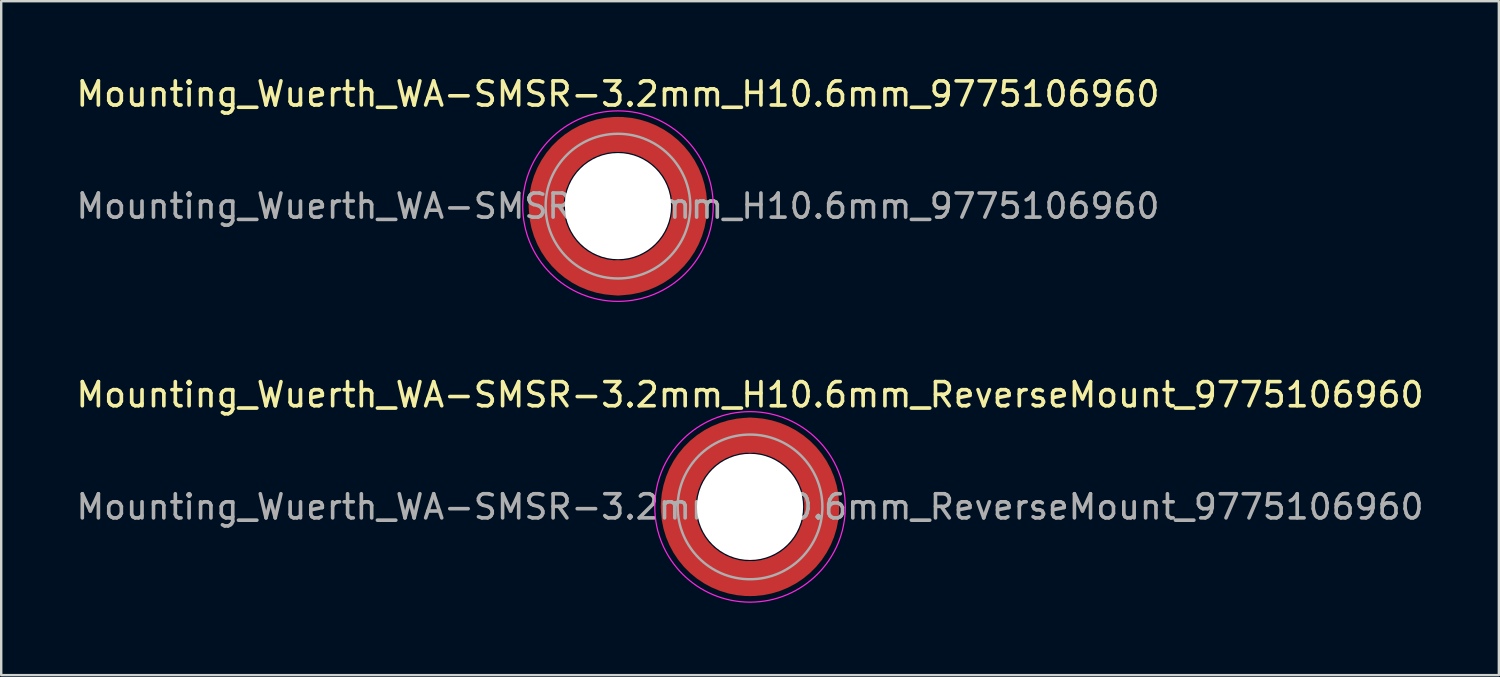
<source format=kicad_pcb>
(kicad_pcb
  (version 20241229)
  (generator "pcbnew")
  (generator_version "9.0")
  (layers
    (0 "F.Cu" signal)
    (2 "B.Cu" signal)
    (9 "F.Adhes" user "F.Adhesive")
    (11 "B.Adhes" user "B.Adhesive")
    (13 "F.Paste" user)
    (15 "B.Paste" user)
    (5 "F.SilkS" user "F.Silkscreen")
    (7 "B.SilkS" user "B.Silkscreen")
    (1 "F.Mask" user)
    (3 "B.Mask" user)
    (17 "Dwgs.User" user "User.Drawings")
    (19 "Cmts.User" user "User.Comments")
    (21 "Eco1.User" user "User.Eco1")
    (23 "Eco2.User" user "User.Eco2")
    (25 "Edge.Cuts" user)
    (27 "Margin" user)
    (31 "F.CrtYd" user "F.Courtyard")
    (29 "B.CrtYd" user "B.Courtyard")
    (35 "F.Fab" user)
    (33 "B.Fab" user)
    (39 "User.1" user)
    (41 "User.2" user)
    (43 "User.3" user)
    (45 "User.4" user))
  (footprint "Mounting_Wuerth_WA-SMSR-3.2mm_H10.6mm_9775106960"
    (layer "F.Cu")
    (at 22.577 5.498)
    (property "Reference" "Mounting_Wuerth_WA-SMSR-3.2mm_H10.6mm_9775106960" (at 0 -4.65 0) (layer "F.SilkS") (effects (font (size 1 1) (thickness 0.15))))
    (attr smd)
    (fp_circle (center 0 0) (end 3.95 0) (stroke (width 0.05) (type solid)) (fill no) (layer "F.CrtYd"))
    (fp_circle (center 0 0) (end 3 0) (stroke (width 0.1) (type solid)) (fill no) (layer "F.Fab"))
    (fp_text user "${REFERENCE}" (at 0 0 0) (layer "F.Fab") (effects (font (size 1 1) (thickness 0.15))))
    (pad "" smd custom (at -2.095 -2.095) (size 1.345 1.345) (layers "F.Paste") (options (anchor circle)) (primitives (gr_arc (start -0.426133 1.358554) (mid 0.237765 0.237765) (end 1.358554 -0.426133) (width 0.6725)) (gr_arc (start -0.774751 1.358554) (mid 0 0) (end 1.358554 -0.774751) (width 0.6725)) (gr_arc (start -1.120735 1.358554) (mid -0.237765 -0.237765) (end 1.358554 -1.120735) (width 0.6725)) (gr_arc (start -1.120735 1.358554) (mid -0.237765 -0.237765) (end 1.358554 -1.120735) (width 0.6725)) (gr_line (start 1.359 -0.426) (end 1.359 -1.121) (width 0.672)) (gr_line (start -0.426 1.359) (end -1.121 1.359) (width 0.672))))
    (pad "" smd custom (at -2.095 2.095) (size 1.345 1.345) (layers "F.Paste") (options (anchor circle)) (primitives (gr_arc (start 1.358554 0.426133) (mid 0.237765 -0.237765) (end -0.426133 -1.358554) (width 0.6725)) (gr_arc (start 1.358554 0.774751) (mid 0 0) (end -0.774751 -1.358554) (width 0.6725)) (gr_arc (start 1.358554 1.120735) (mid -0.237765 0.237765) (end -1.120735 -1.358554) (width 0.6725)) (gr_arc (start 1.358554 1.120735) (mid -0.237765 0.237765) (end -1.120735 -1.358554) (width 0.6725)) (gr_line (start -0.426 -1.359) (end -1.121 -1.359) (width 0.672)) (gr_line (start 1.359 0.426) (end 1.359 1.121) (width 0.672))))
    (pad "" np_thru_hole circle (at 0 0) (size 4.4 4.4) (drill 4.4) (layers "*.Cu" "*.Mask"))
    (pad "" smd custom (at 2.095 -2.095) (size 1.345 1.345) (layers "F.Paste") (options (anchor circle)) (primitives (gr_arc (start -1.358554 -0.426133) (mid -0.237765 0.237765) (end 0.426133 1.358554) (width 0.6725)) (gr_arc (start -1.358554 -0.774751) (mid 0 0) (end 0.774751 1.358554) (width 0.6725)) (gr_arc (start -1.358554 -1.120735) (mid 0.237765 -0.237765) (end 1.120735 1.358554) (width 0.6725)) (gr_arc (start -1.358554 -1.120735) (mid 0.237765 -0.237765) (end 1.120735 1.358554) (width 0.6725)) (gr_line (start 0.426 1.359) (end 1.121 1.359) (width 0.672)) (gr_line (start -1.359 -0.426) (end -1.359 -1.121) (width 0.672))))
    (pad "" smd custom (at 2.095 2.095) (size 1.345 1.345) (layers "F.Paste") (options (anchor circle)) (primitives (gr_arc (start 0.426133 -1.358554) (mid -0.237765 -0.237765) (end -1.358554 0.426133) (width 0.6725)) (gr_arc (start 0.774751 -1.358554) (mid 0 0) (end -1.358554 0.774751) (width 0.6725)) (gr_arc (start 1.120735 -1.358554) (mid 0.237765 0.237765) (end -1.358554 1.120735) (width 0.6725)) (gr_arc (start 1.120735 -1.358554) (mid 0.237765 0.237765) (end -1.358554 1.120735) (width 0.6725)) (gr_line (start -1.359 0.426) (end -1.359 1.121) (width 0.672)) (gr_line (start 0.426 -1.359) (end 1.121 -1.359) (width 0.672))))
    (pad "1" smd circle (at -2.975 0) (size 1.45 1.45) (layers "F.Cu"))
    (pad "1" smd circle (at 0 -2.975) (size 1.45 1.45) (layers "F.Cu"))
    (pad "1" smd circle (at 0 2.975) (size 1.45 1.45) (layers "F.Cu"))
    (pad "1" smd custom (at 2.975 0) (size 1.45 1.45) (layers "F.Cu" "F.Mask") (options (anchor circle)) (primitives (gr_circle (center -2.975 0) (end 0 0) (width 1.45) (fill no)))))
  (footprint "Mounting_Wuerth_WA-SMSR-3.2mm_H10.6mm_ReverseMount_9775106960"
    (layer "F.Cu")
    (at 28.054 17.971)
    (property "Reference" "Mounting_Wuerth_WA-SMSR-3.2mm_H10.6mm_ReverseMount_9775106960" (at 0 -4.65 0) (layer "F.SilkS") (effects (font (size 1 1) (thickness 0.15))))
    (attr smd)
    (fp_circle (center 0 0) (end 3.95 0) (stroke (width 0.05) (type solid)) (fill no) (layer "F.CrtYd"))
    (fp_circle (center 0 0) (end 3 0) (stroke (width 0.1) (type solid)) (fill no) (layer "F.Fab"))
    (fp_text user "${REFERENCE}" (at 0 0 0) (layer "F.Fab") (effects (font (size 1 1) (thickness 0.15))))
    (pad "" smd custom (at -2.095 -2.095) (size 0.672 0.672) (layers "F.Paste") (options (anchor circle)) (primitives (gr_arc (start -0.24231 1.594804) (mid 0.404819 0.404819) (end 1.594804 -0.24231) (width 0.2)) (gr_arc (start -0.3398 1.594804) (mid 0.337349 0.337349) (end 1.594804 -0.3398) (width 0.2)) (gr_arc (start -0.437132 1.594804) (mid 0.269879 0.269879) (end 1.594804 -0.437132) (width 0.2)) (gr_arc (start -0.534324 1.594804) (mid 0.202409 0.202409) (end 1.594804 -0.534324) (width 0.2)) (gr_arc (start -0.631391 1.594804) (mid 0.134939 0.134939) (end 1.594804 -0.631391) (width 0.2)) (gr_arc (start -0.728345 1.594804) (mid 0.06747 0.06747) (end 1.594804 -0.728345) (width 0.2)) (gr_arc (start -0.825197 1.594804) (mid 0 0) (end 1.594804 -0.825197) (width 0.2)) (gr_arc (start -0.921958 1.594804) (mid -0.067469 -0.067469) (end 1.594804 -0.921958) (width 0.2)) (gr_arc (start -1.018637 1.594804) (mid -0.13494 -0.13494) (end 1.594804 -1.018637) (width 0.2)) (gr_arc (start -1.115239 1.594804) (mid -0.202409 -0.202409) (end 1.594804 -1.115239) (width 0.2)) (gr_arc (start -1.211773 1.594804) (mid -0.269879 -0.269879) (end 1.594804 -1.211773) (width 0.2)) (gr_arc (start -1.308244 1.594804) (mid -0.337349 -0.337349) (end 1.594804 -1.308244) (width 0.2)) (gr_arc (start -1.404657 1.594804) (mid -0.404819 -0.404819) (end 1.594804 -1.404657) (width 0.2)) (gr_arc (start -1.404657 1.594804) (mid -0.404819 -0.404819) (end 1.594804 -1.404657) (width 0.2)) (gr_line (start 1.595 -0.242) (end 1.595 -1.405) (width 0.2)) (gr_line (start -0.242 1.595) (end -1.405 1.595) (width 0.2))))
    (pad "" smd custom (at -2.095 2.095) (size 0.672 0.672) (layers "F.Paste") (options (anchor circle)) (primitives (gr_arc (start 1.594804 0.24231) (mid 0.404819 -0.404819) (end -0.24231 -1.594804) (width 0.2)) (gr_arc (start 1.594804 0.3398) (mid 0.337349 -0.337349) (end -0.3398 -1.594804) (width 0.2)) (gr_arc (start 1.594804 0.437132) (mid 0.269879 -0.269879) (end -0.437132 -1.594804) (width 0.2)) (gr_arc (start 1.594804 0.534324) (mid 0.202409 -0.202409) (end -0.534324 -1.594804) (width 0.2)) (gr_arc (start 1.594804 0.631391) (mid 0.134939 -0.134939) (end -0.631391 -1.594804) (width 0.2)) (gr_arc (start 1.594804 0.728345) (mid 0.06747 -0.06747) (end -0.728345 -1.594804) (width 0.2)) (gr_arc (start 1.594804 0.825197) (mid 0 0) (end -0.825197 -1.594804) (width 0.2)) (gr_arc (start 1.594804 0.921958) (mid -0.067469 0.067469) (end -0.921958 -1.594804) (width 0.2)) (gr_arc (start 1.594804 1.018637) (mid -0.13494 0.13494) (end -1.018637 -1.594804) (width 0.2)) (gr_arc (start 1.594804 1.115239) (mid -0.202409 0.202409) (end -1.115239 -1.594804) (width 0.2)) (gr_arc (start 1.594804 1.211773) (mid -0.269879 0.269879) (end -1.211773 -1.594804) (width 0.2)) (gr_arc (start 1.594804 1.308244) (mid -0.337349 0.337349) (end -1.308244 -1.594804) (width 0.2)) (gr_arc (start 1.594804 1.404657) (mid -0.404819 0.404819) (end -1.404657 -1.594804) (width 0.2)) (gr_arc (start 1.594804 1.404657) (mid -0.404819 0.404819) (end -1.404657 -1.594804) (width 0.2)) (gr_line (start -0.242 -1.595) (end -1.405 -1.595) (width 0.2)) (gr_line (start 1.595 0.242) (end 1.595 1.405) (width 0.2))))
    (pad "" np_thru_hole circle (at 0 0) (size 4.4 4.4) (drill 4.4) (layers "*.Cu" "*.Mask"))
    (pad "" smd custom (at 2.095 -2.095) (size 0.672 0.672) (layers "F.Paste") (options (anchor circle)) (primitives (gr_arc (start -1.594804 -0.24231) (mid -0.404819 0.404819) (end 0.24231 1.594804) (width 0.2)) (gr_arc (start -1.594804 -0.3398) (mid -0.337349 0.337349) (end 0.3398 1.594804) (width 0.2)) (gr_arc (start -1.594804 -0.437132) (mid -0.269879 0.269879) (end 0.437132 1.594804) (width 0.2)) (gr_arc (start -1.594804 -0.534324) (mid -0.202409 0.202409) (end 0.534324 1.594804) (width 0.2)) (gr_arc (start -1.594804 -0.631391) (mid -0.134939 0.134939) (end 0.631391 1.594804) (width 0.2)) (gr_arc (start -1.594804 -0.728345) (mid -0.06747 0.06747) (end 0.728345 1.594804) (width 0.2)) (gr_arc (start -1.594804 -0.825197) (mid 0 0) (end 0.825197 1.594804) (width 0.2)) (gr_arc (start -1.594804 -0.921958) (mid 0.067469 -0.067469) (end 0.921958 1.594804) (width 0.2)) (gr_arc (start -1.594804 -1.018637) (mid 0.13494 -0.13494) (end 1.018637 1.594804) (width 0.2)) (gr_arc (start -1.594804 -1.115239) (mid 0.202409 -0.202409) (end 1.115239 1.594804) (width 0.2)) (gr_arc (start -1.594804 -1.211773) (mid 0.269879 -0.269879) (end 1.211773 1.594804) (width 0.2)) (gr_arc (start -1.594804 -1.308244) (mid 0.337349 -0.337349) (end 1.308244 1.594804) (width 0.2)) (gr_arc (start -1.594804 -1.404657) (mid 0.404819 -0.404819) (end 1.404657 1.594804) (width 0.2)) (gr_arc (start -1.594804 -1.404657) (mid 0.404819 -0.404819) (end 1.404657 1.594804) (width 0.2)) (gr_line (start 0.242 1.595) (end 1.405 1.595) (width 0.2)) (gr_line (start -1.595 -0.242) (end -1.595 -1.405) (width 0.2))))
    (pad "" smd custom (at 2.095 2.095) (size 0.672 0.672) (layers "F.Paste") (options (anchor circle)) (primitives (gr_arc (start 0.24231 -1.594804) (mid -0.404819 -0.404819) (end -1.594804 0.24231) (width 0.2)) (gr_arc (start 0.3398 -1.594804) (mid -0.337349 -0.337349) (end -1.594804 0.3398) (width 0.2)) (gr_arc (start 0.437132 -1.594804) (mid -0.269879 -0.269879) (end -1.594804 0.437132) (width 0.2)) (gr_arc (start 0.534324 -1.594804) (mid -0.202409 -0.202409) (end -1.594804 0.534324) (width 0.2)) (gr_arc (start 0.631391 -1.594804) (mid -0.134939 -0.134939) (end -1.594804 0.631391) (width 0.2)) (gr_arc (start 0.728345 -1.594804) (mid -0.06747 -0.06747) (end -1.594804 0.728345) (width 0.2)) (gr_arc (start 0.825197 -1.594804) (mid 0 0) (end -1.594804 0.825197) (width 0.2)) (gr_arc (start 0.921958 -1.594804) (mid 0.067469 0.067469) (end -1.594804 0.921958) (width 0.2)) (gr_arc (start 1.018637 -1.594804) (mid 0.13494 0.13494) (end -1.594804 1.018637) (width 0.2)) (gr_arc (start 1.115239 -1.594804) (mid 0.202409 0.202409) (end -1.594804 1.115239) (width 0.2)) (gr_arc (start 1.211773 -1.594804) (mid 0.269879 0.269879) (end -1.594804 1.211773) (width 0.2)) (gr_arc (start 1.308244 -1.594804) (mid 0.337349 0.337349) (end -1.594804 1.308244) (width 0.2)) (gr_arc (start 1.404657 -1.594804) (mid 0.404819 0.404819) (end -1.594804 1.404657) (width 0.2)) (gr_arc (start 1.404657 -1.594804) (mid 0.404819 0.404819) (end -1.594804 1.404657) (width 0.2)) (gr_line (start -1.595 0.242) (end -1.595 1.405) (width 0.2)) (gr_line (start 0.242 -1.595) (end 1.405 -1.595) (width 0.2))))
    (pad "1" smd circle (at -2.975 0) (size 1.45 1.45) (layers "F.Cu"))
    (pad "1" smd circle (at 0 -2.975) (size 1.45 1.45) (layers "F.Cu"))
    (pad "1" smd circle (at 0 2.975) (size 1.45 1.45) (layers "F.Cu"))
    (pad "1" smd custom (at 2.975 0) (size 1.45 1.45) (layers "F.Cu" "F.Mask") (options (anchor circle)) (primitives (gr_circle (center -2.975 0) (end 0 0) (width 1.45) (fill no)))))
  (gr_rect
    (start -3 -3)
    (end 59.107 24.947)
    (stroke (width 0.1) (type default))
    (fill no)
    (layer "Edge.Cuts")))
</source>
